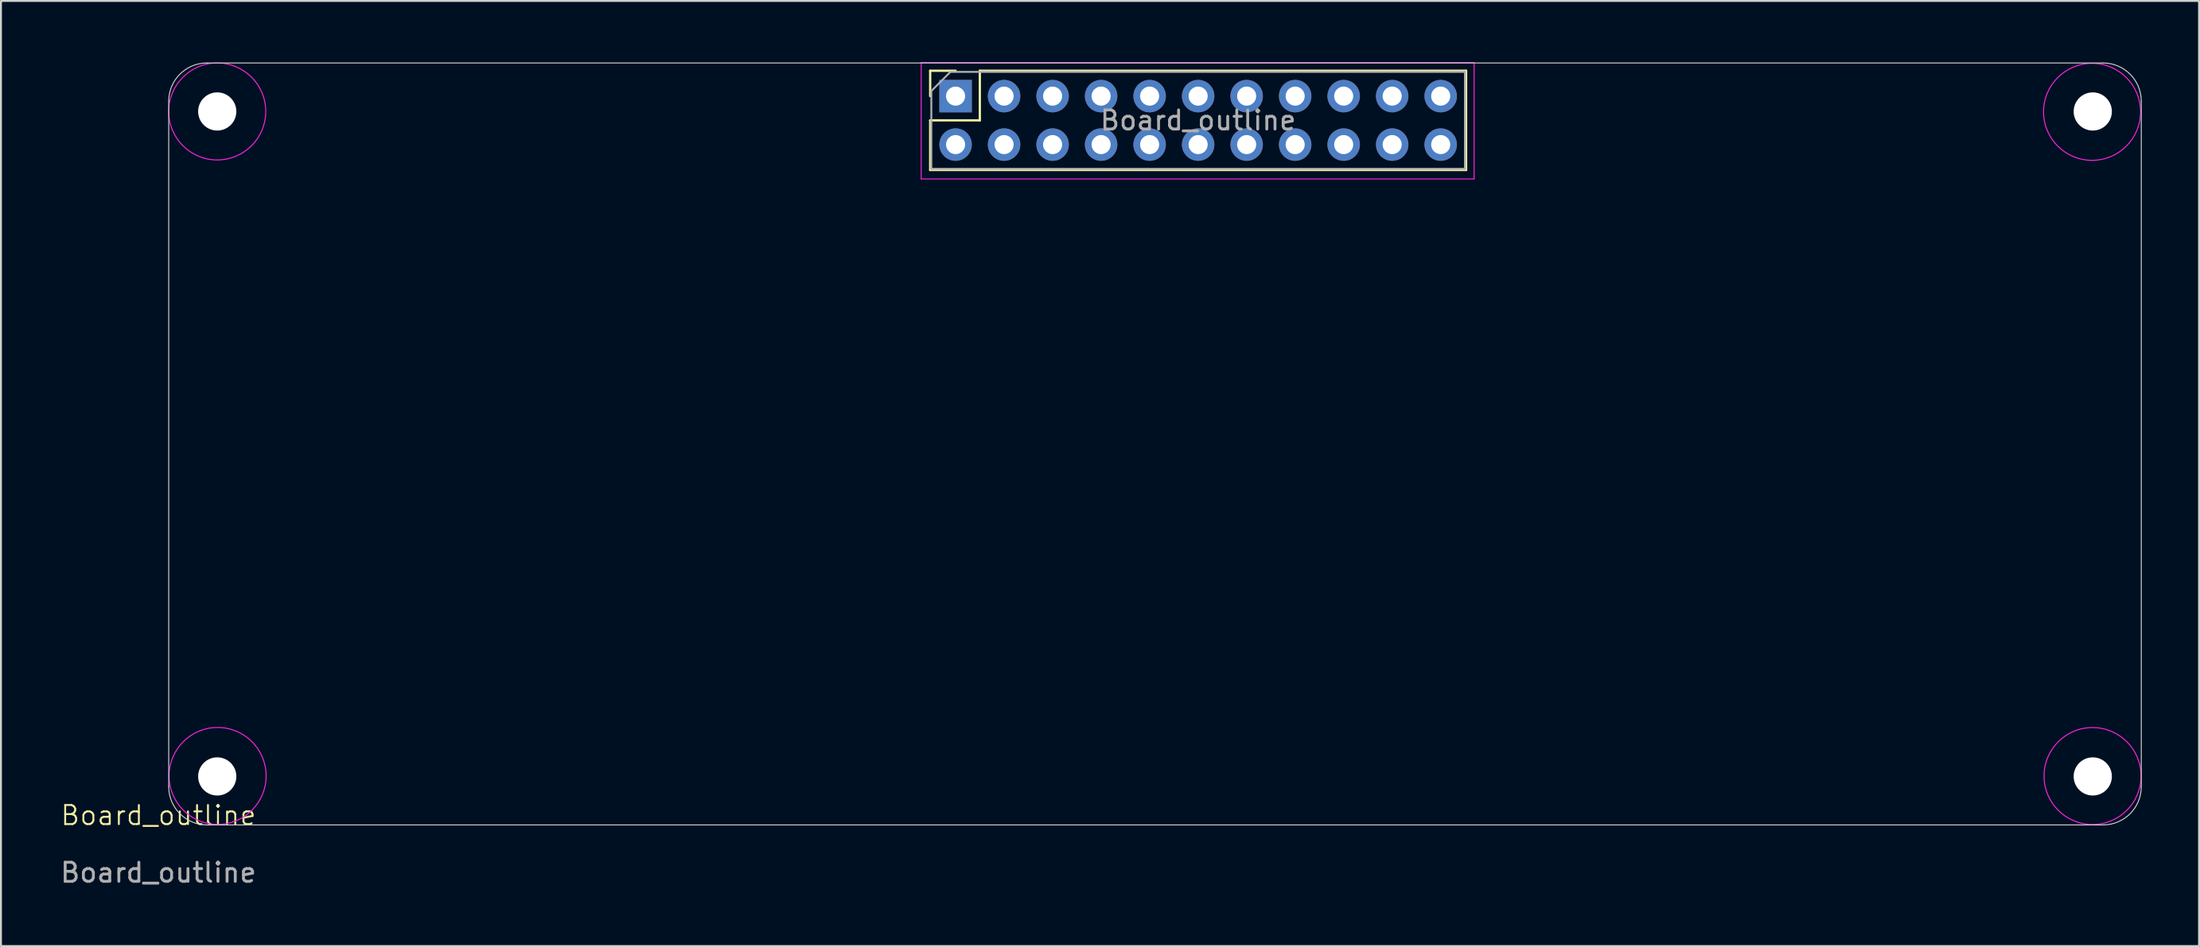
<source format=kicad_pcb>
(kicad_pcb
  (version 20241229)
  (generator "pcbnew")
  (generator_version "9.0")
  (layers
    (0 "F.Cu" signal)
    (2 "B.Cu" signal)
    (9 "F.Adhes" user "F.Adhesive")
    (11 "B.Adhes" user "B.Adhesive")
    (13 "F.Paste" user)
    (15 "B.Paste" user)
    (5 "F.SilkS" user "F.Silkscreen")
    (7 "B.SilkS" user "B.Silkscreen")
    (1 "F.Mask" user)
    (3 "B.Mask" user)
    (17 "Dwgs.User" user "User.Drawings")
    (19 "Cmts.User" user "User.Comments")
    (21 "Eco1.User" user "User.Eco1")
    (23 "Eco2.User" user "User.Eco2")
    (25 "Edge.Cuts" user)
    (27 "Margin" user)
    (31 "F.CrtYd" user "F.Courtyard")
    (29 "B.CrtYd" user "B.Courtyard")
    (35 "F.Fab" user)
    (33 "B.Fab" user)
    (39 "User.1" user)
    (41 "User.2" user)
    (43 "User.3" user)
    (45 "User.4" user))
  (footprint "Board_outline"
    (layer "F.Cu")
    (at 5.784 0.25)
    (property "Reference" "Board_outline" (at -0.54 39.42 0) (unlocked yes) (layer "F.SilkS") (effects (font (size 1 1) (thickness 0.1))))
    (attr smd)
    (fp_line (start 39.869 0.406) (end 41.199 0.406) (stroke (width 0.12) (type solid)) (layer "F.SilkS"))
    (fp_line (start 39.869 1.736) (end 39.869 0.406) (stroke (width 0.12) (type solid)) (layer "F.SilkS"))
    (fp_line (start 39.869 3.006) (end 42.469 3.006) (stroke (width 0.12) (type solid)) (layer "F.SilkS"))
    (fp_line (start 39.869 5.606) (end 39.869 3.006) (stroke (width 0.12) (type solid)) (layer "F.SilkS"))
    (fp_line (start 39.869 5.606) (end 67.929 5.606) (stroke (width 0.12) (type solid)) (layer "F.SilkS"))
    (fp_line (start 42.469 0.406) (end 67.929 0.406) (stroke (width 0.12) (type solid)) (layer "F.SilkS"))
    (fp_line (start 42.469 3.006) (end 42.469 0.406) (stroke (width 0.12) (type solid)) (layer "F.SilkS"))
    (fp_line (start 67.929 5.606) (end 67.929 0.406) (stroke (width 0.12) (type solid)) (layer "F.SilkS"))
    (fp_line (start 0 37.92) (end 0 2) (stroke (width 0.05) (type default)) (layer "Edge.Cuts"))
    (fp_line (start 2 0) (end 101.28 0) (stroke (width 0.05) (type default)) (layer "Edge.Cuts"))
    (fp_line (start 101.28 39.92) (end 2 39.92) (stroke (width 0.05) (type default)) (layer "Edge.Cuts"))
    (fp_line (start 103.28 2) (end 103.28 37.92) (stroke (width 0.05) (type default)) (layer "Edge.Cuts"))
    (fp_arc (start 0 2) (mid 0.585786 0.585786) (end 2 0) (stroke (width 0.05) (type default)) (layer "Edge.Cuts"))
    (fp_arc (start 2 39.92) (mid 0.585786 39.334214) (end 0 37.92) (stroke (width 0.05) (type default)) (layer "Edge.Cuts"))
    (fp_arc (start 101.28 0) (mid 102.694214 0.585786) (end 103.28 2) (stroke (width 0.05) (type default)) (layer "Edge.Cuts"))
    (fp_arc (start 103.28 37.92) (mid 102.694214 39.334214) (end 101.28 39.92) (stroke (width 0.05) (type default)) (layer "Edge.Cuts"))
    (fp_line (start 39.399 -0.024) (end 68.349 -0.024) (stroke (width 0.05) (type solid)) (layer "F.CrtYd"))
    (fp_line (start 39.399 6.076) (end 39.399 -0.024) (stroke (width 0.05) (type solid)) (layer "F.CrtYd"))
    (fp_line (start 68.349 -0.024) (end 68.349 6.076) (stroke (width 0.05) (type solid)) (layer "F.CrtYd"))
    (fp_line (start 68.349 6.076) (end 39.399 6.076) (stroke (width 0.05) (type solid)) (layer "F.CrtYd"))
    (fp_circle (center 2.54 2.54) (end 2.54 0) (stroke (width 0.05) (type default)) (fill no) (layer "F.CrtYd"))
    (fp_circle (center 2.56 37.354) (end 2.56 34.814) (stroke (width 0.05) (type default)) (fill no) (layer "F.CrtYd"))
    (fp_circle (center 100.703 2.56) (end 100.703 0.02) (stroke (width 0.05) (type default)) (fill no) (layer "F.CrtYd"))
    (fp_circle (center 100.729 37.359) (end 100.729 34.819) (stroke (width 0.05) (type default)) (fill no) (layer "F.CrtYd"))
    (fp_line (start 39.929 1.466) (end 40.929 0.466) (stroke (width 0.1) (type solid)) (layer "F.Fab"))
    (fp_line (start 39.929 5.546) (end 39.929 1.466) (stroke (width 0.1) (type solid)) (layer "F.Fab"))
    (fp_line (start 40.929 0.466) (end 67.869 0.466) (stroke (width 0.1) (type solid)) (layer "F.Fab"))
    (fp_line (start 67.869 0.466) (end 67.869 5.546) (stroke (width 0.1) (type solid)) (layer "F.Fab"))
    (fp_line (start 67.869 5.546) (end 39.929 5.546) (stroke (width 0.1) (type solid)) (layer "F.Fab"))
    (fp_text user "${REFERENCE}" (at 53.899 3.006 0) (layer "F.Fab") (effects (font (size 1 1) (thickness 0.15))))
    (fp_text user "${REFERENCE}" (at -0.54 42.42 0) (unlocked yes) (layer "F.Fab") (effects (font (size 1 1) (thickness 0.15))))
    (pad "" np_thru_hole circle (at 2.54 2.54) (size 2 2) (drill 2.75) (layers "*.Cu" "*.Mask"))
    (pad "" np_thru_hole circle (at 2.54 37.38) (size 2 2) (drill 2.75) (layers "*.Cu" "*.Mask"))
    (pad "" np_thru_hole circle (at 100.74 2.54) (size 2 2) (drill 2.75) (layers "*.Cu" "*.Mask"))
    (pad "" np_thru_hole circle (at 100.74 37.38) (size 2 2) (drill 2.75) (layers "*.Cu" "*.Mask"))
    (pad "1" thru_hole rect (at 41.199 1.736 90) (size 1.7 1.7) (drill 1) (layers "*.Cu" "*.Mask"))
    (pad "2" thru_hole oval (at 43.739 1.736 90) (size 1.7 1.7) (drill 1) (layers "*.Cu" "*.Mask"))
    (pad "3" thru_hole oval (at 46.279 1.736 90) (size 1.7 1.7) (drill 1) (layers "*.Cu" "*.Mask"))
    (pad "4" thru_hole oval (at 48.819 1.736 90) (size 1.7 1.7) (drill 1) (layers "*.Cu" "*.Mask"))
    (pad "5" thru_hole oval (at 51.359 1.736 90) (size 1.7 1.7) (drill 1) (layers "*.Cu" "*.Mask"))
    (pad "6" thru_hole oval (at 53.899 1.736 90) (size 1.7 1.7) (drill 1) (layers "*.Cu" "*.Mask"))
    (pad "7" thru_hole oval (at 56.439 1.736 90) (size 1.7 1.7) (drill 1) (layers "*.Cu" "*.Mask"))
    (pad "8" thru_hole oval (at 58.979 1.736 90) (size 1.7 1.7) (drill 1) (layers "*.Cu" "*.Mask"))
    (pad "9" thru_hole oval (at 61.519 1.736 90) (size 1.7 1.7) (drill 1) (layers "*.Cu" "*.Mask"))
    (pad "10" thru_hole oval (at 64.059 1.736 90) (size 1.7 1.7) (drill 1) (layers "*.Cu" "*.Mask"))
    (pad "11" thru_hole oval (at 66.599 1.736 90) (size 1.7 1.7) (drill 1) (layers "*.Cu" "*.Mask"))
    (pad "12" thru_hole oval (at 41.199 4.276 90) (size 1.7 1.7) (drill 1) (layers "*.Cu" "*.Mask"))
    (pad "13" thru_hole oval (at 43.739 4.276 90) (size 1.7 1.7) (drill 1) (layers "*.Cu" "*.Mask"))
    (pad "14" thru_hole oval (at 46.279 4.276 90) (size 1.7 1.7) (drill 1) (layers "*.Cu" "*.Mask"))
    (pad "15" thru_hole oval (at 48.819 4.276 90) (size 1.7 1.7) (drill 1) (layers "*.Cu" "*.Mask"))
    (pad "16" thru_hole oval (at 51.359 4.276 90) (size 1.7 1.7) (drill 1) (layers "*.Cu" "*.Mask"))
    (pad "17" thru_hole oval (at 53.899 4.276 90) (size 1.7 1.7) (drill 1) (layers "*.Cu" "*.Mask"))
    (pad "18" thru_hole oval (at 56.439 4.276 90) (size 1.7 1.7) (drill 1) (layers "*.Cu" "*.Mask"))
    (pad "19" thru_hole oval (at 58.979 4.276 90) (size 1.7 1.7) (drill 1) (layers "*.Cu" "*.Mask"))
    (pad "20" thru_hole oval (at 61.519 4.276 90) (size 1.7 1.7) (drill 1) (layers "*.Cu" "*.Mask"))
    (pad "21" thru_hole oval (at 64.059 4.276 90) (size 1.7 1.7) (drill 1) (layers "*.Cu" "*.Mask"))
    (pad "22" thru_hole oval (at 66.599 4.276 90) (size 1.7 1.7) (drill 1) (layers "*.Cu" "*.Mask")))
  (gr_rect
    (start -3 -3)
    (end 112.089 46.518)
    (stroke (width 0.1) (type default))
    (fill no)
    (layer "Edge.Cuts")))
</source>
